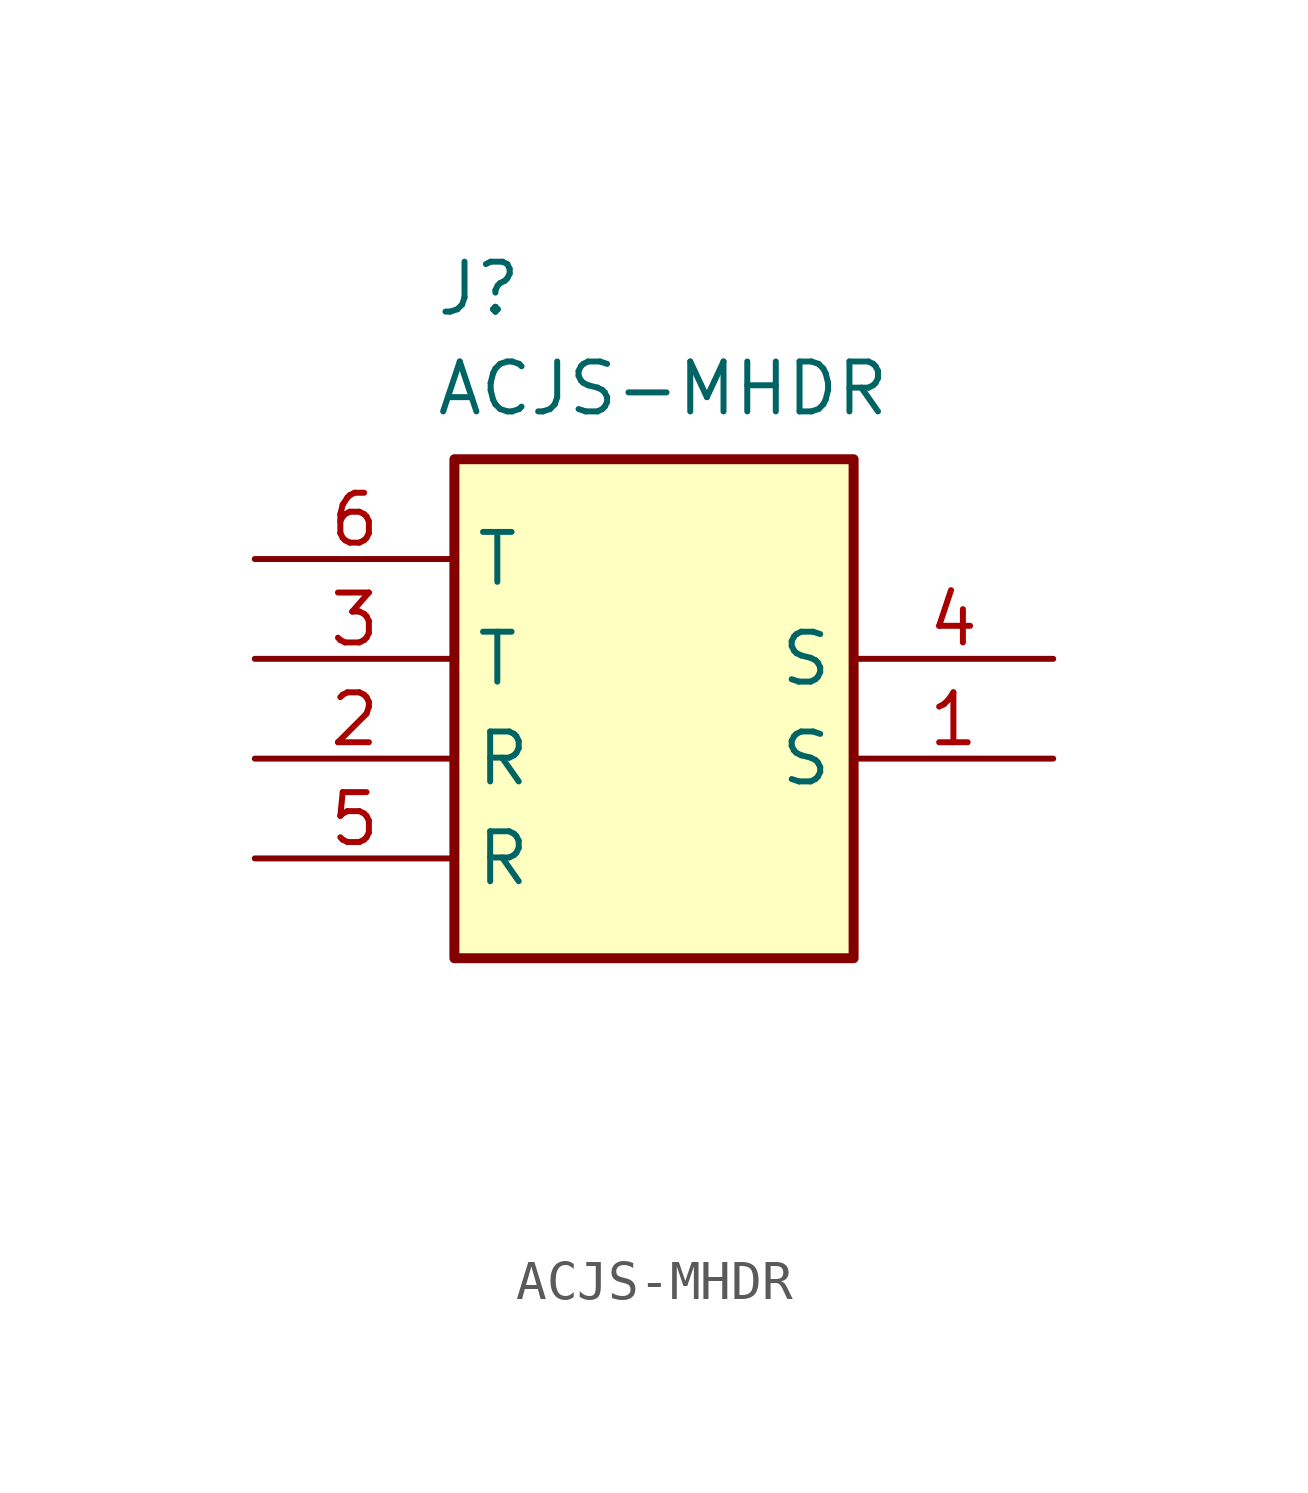
<source format=kicad_sym>
(kicad_symbol_lib
  (version 20231120)
  (generator "kicad_symbol_editor")
  (generator_version "8.0")
  (symbol "ACJS-MHDR"
    (property "Reference" "J"
      (at 4.572 7.62 0)
      (effects (font (size 1.27 1.27)) (justify left top)))
    (property "Value" "ACJS-MHDR"
      (at 4.572 5.08 0)
      (effects (font (size 1.27 1.27)) (justify left top)))
    (symbol "ACJS-MHDR_1_1"
      (rectangle (start 5.08 2.54) (end 15.24 -10.16) (stroke (width 0.254) (type default)) (fill (type background)))
      (pin passive line (at 20.32 -5.08 180) (length 5.08) (name "S" (effects (font (size 1.27 1.27)))) (number "1" (effects (font (size 1.27 1.27)))))
      (pin passive line (at 0 -5.08 0) (length 5.08) (name "R" (effects (font (size 1.27 1.27)))) (number "2" (effects (font (size 1.27 1.27)))))
      (pin passive line (at 0 -2.54 0) (length 5.08) (name "T" (effects (font (size 1.27 1.27)))) (number "3" (effects (font (size 1.27 1.27)))))
      (pin passive line (at 20.32 -2.54 180) (length 5.08) (name "S" (effects (font (size 1.27 1.27)))) (number "4" (effects (font (size 1.27 1.27)))))
      (pin passive line (at 0 -7.62 0) (length 5.08) (name "R" (effects (font (size 1.27 1.27)))) (number "5" (effects (font (size 1.27 1.27)))))
      (pin passive line (at 0 0 0) (length 5.08) (name "T" (effects (font (size 1.27 1.27)))) (number "6" (effects (font (size 1.27 1.27)))))
      (pin no_connect line (at 10.16 -15.24 90) (length 5.08) hide (name "7" (effects (font (size 1.27 1.27)))) (number "7" (effects (font (size 1.27 1.27))))))))
</source>
